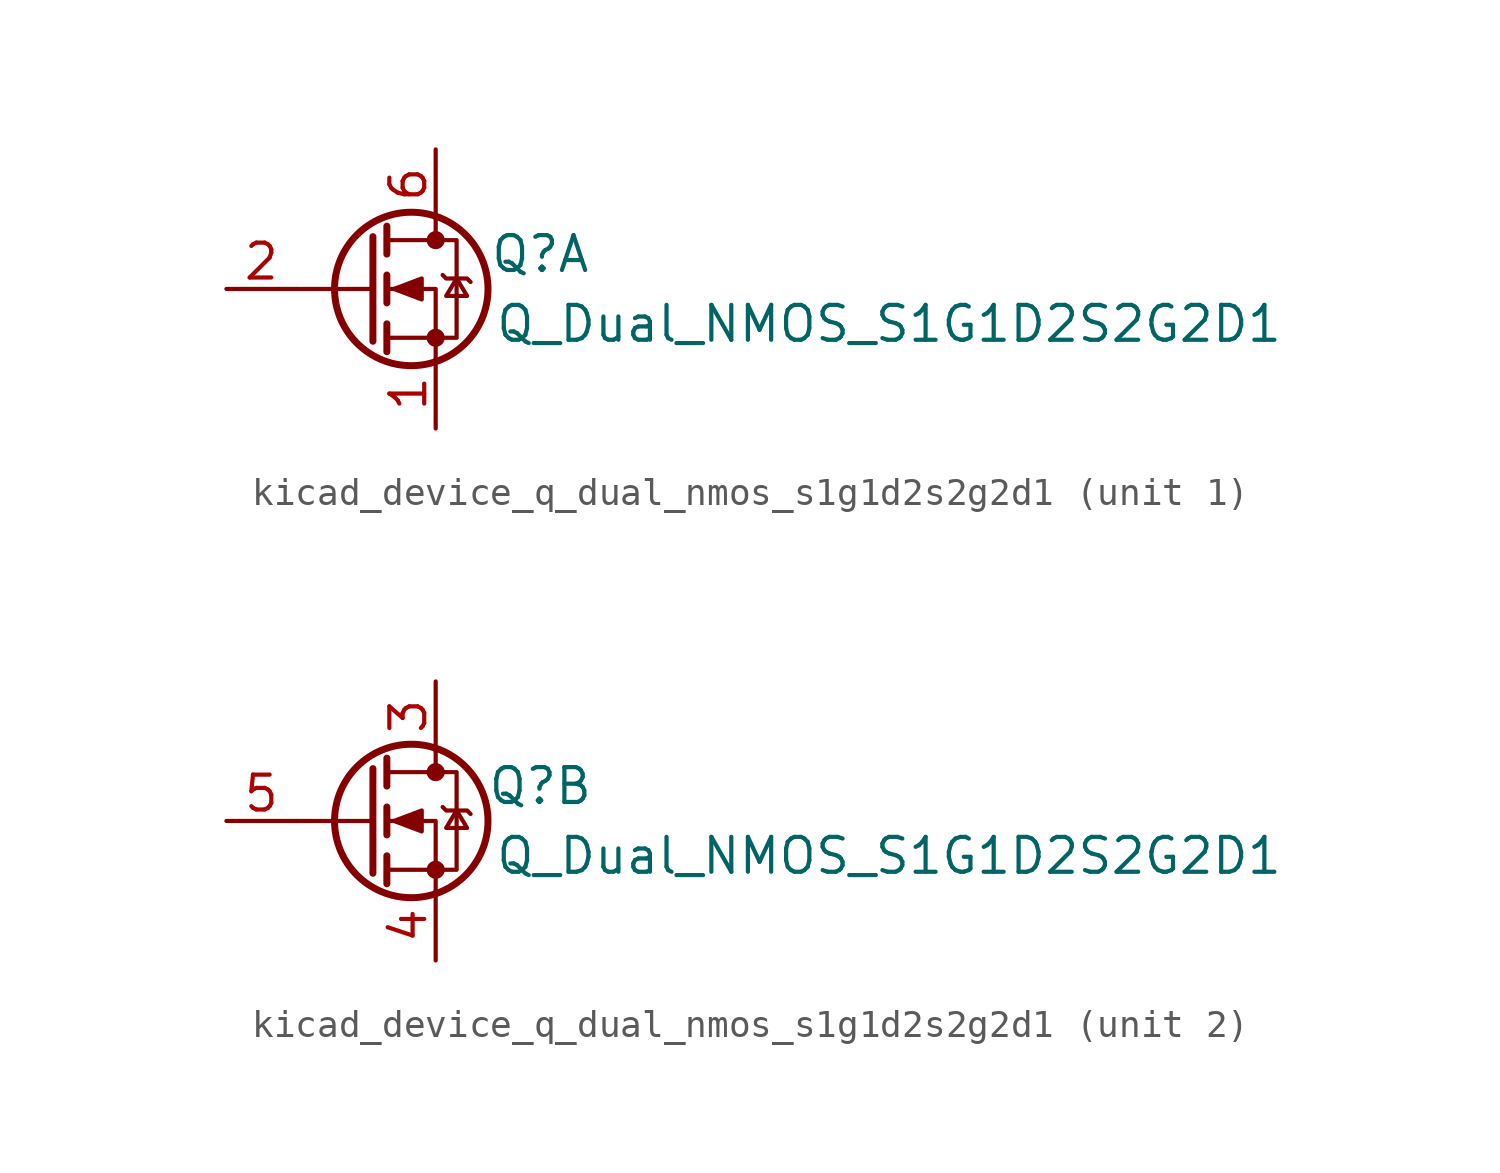
<source format=kicad_sym>
(kicad_symbol_lib
  (version 20220914)
  (generator kicad_symbol_editor)
  (symbol "kicad_device_q_dual_nmos_s1g1d2s2g2d1"
    (pin_names
      (offset 0) hide)
    (property "Reference" "Q"
      (at 6.35 1.27 0)
      (effects (font (size 1.27 1.27))))
    (property "Value" "Q_Dual_NMOS_S1G1D2S2G2D1"
      (at 19.05 -1.27 0)
      (effects (font (size 1.27 1.27))))
    (symbol "kicad_device_q_dual_nmos_s1g1d2s2g2d1_0_1"
      (polyline (pts (xy 0.254 0) (xy -2.54 0)) (stroke (width 0) (type default)) (fill (type none)))
      (polyline (pts (xy 0.254 1.905) (xy 0.254 -1.905)) (stroke (width 0.254) (type default)) (fill (type none)))
      (polyline (pts (xy 0.762 -1.27) (xy 0.762 -2.286)) (stroke (width 0.254) (type default)) (fill (type none)))
      (polyline (pts (xy 0.762 0.508) (xy 0.762 -0.508)) (stroke (width 0.254) (type default)) (fill (type none)))
      (polyline (pts (xy 0.762 2.286) (xy 0.762 1.27)) (stroke (width 0.254) (type default)) (fill (type none)))
      (polyline (pts (xy 2.54 2.54) (xy 2.54 1.778)) (stroke (width 0) (type default)) (fill (type none)))
      (polyline (pts (xy 2.54 -2.54) (xy 2.54 0) (xy 0.762 0)) (stroke (width 0) (type default)) (fill (type none)))
      (polyline (pts (xy 0.762 -1.778) (xy 3.302 -1.778) (xy 3.302 1.778) (xy 0.762 1.778)) (stroke (width 0) (type default)) (fill (type none)))
      (polyline (pts (xy 1.016 0) (xy 2.032 0.381) (xy 2.032 -0.381) (xy 1.016 0)) (stroke (width 0) (type default)) (fill (type outline)))
      (polyline (pts (xy 2.794 0.508) (xy 2.921 0.381) (xy 3.683 0.381) (xy 3.81 0.254)) (stroke (width 0) (type default)) (fill (type none)))
      (polyline (pts (xy 3.302 0.381) (xy 2.921 -0.254) (xy 3.683 -0.254) (xy 3.302 0.381)) (stroke (width 0) (type default)) (fill (type none)))
      (circle (center 1.651 0) (radius 2.794) (stroke (width 0.254) (type default)) (fill (type none)))
      (circle (center 2.54 -1.778) (radius 0.254) (stroke (width 0) (type default)) (fill (type outline)))
      (circle (center 2.54 1.778) (radius 0.254) (stroke (width 0) (type default)) (fill (type outline))))
    (symbol "kicad_device_q_dual_nmos_s1g1d2s2g2d1_1_1"
      (pin passive line (at 2.54 -5.08 90) (length 2.54) (name "S" (effects (font (size 1.27 1.27)))) (number "1" (effects (font (size 1.27 1.27)))))
      (pin input line (at -5.08 0 0) (length 2.54) (name "G" (effects (font (size 1.27 1.27)))) (number "2" (effects (font (size 1.27 1.27)))))
      (pin passive line (at 2.54 5.08 270) (length 2.54) (name "D" (effects (font (size 1.27 1.27)))) (number "6" (effects (font (size 1.27 1.27))))))
    (symbol "kicad_device_q_dual_nmos_s1g1d2s2g2d1_2_1"
      (pin passive line (at 2.54 5.08 270) (length 2.54) (name "D" (effects (font (size 1.27 1.27)))) (number "3" (effects (font (size 1.27 1.27)))))
      (pin passive line (at 2.54 -5.08 90) (length 2.54) (name "S" (effects (font (size 1.27 1.27)))) (number "4" (effects (font (size 1.27 1.27)))))
      (pin input line (at -5.08 0 0) (length 2.54) (name "G" (effects (font (size 1.27 1.27)))) (number "5" (effects (font (size 1.27 1.27))))))))
</source>
